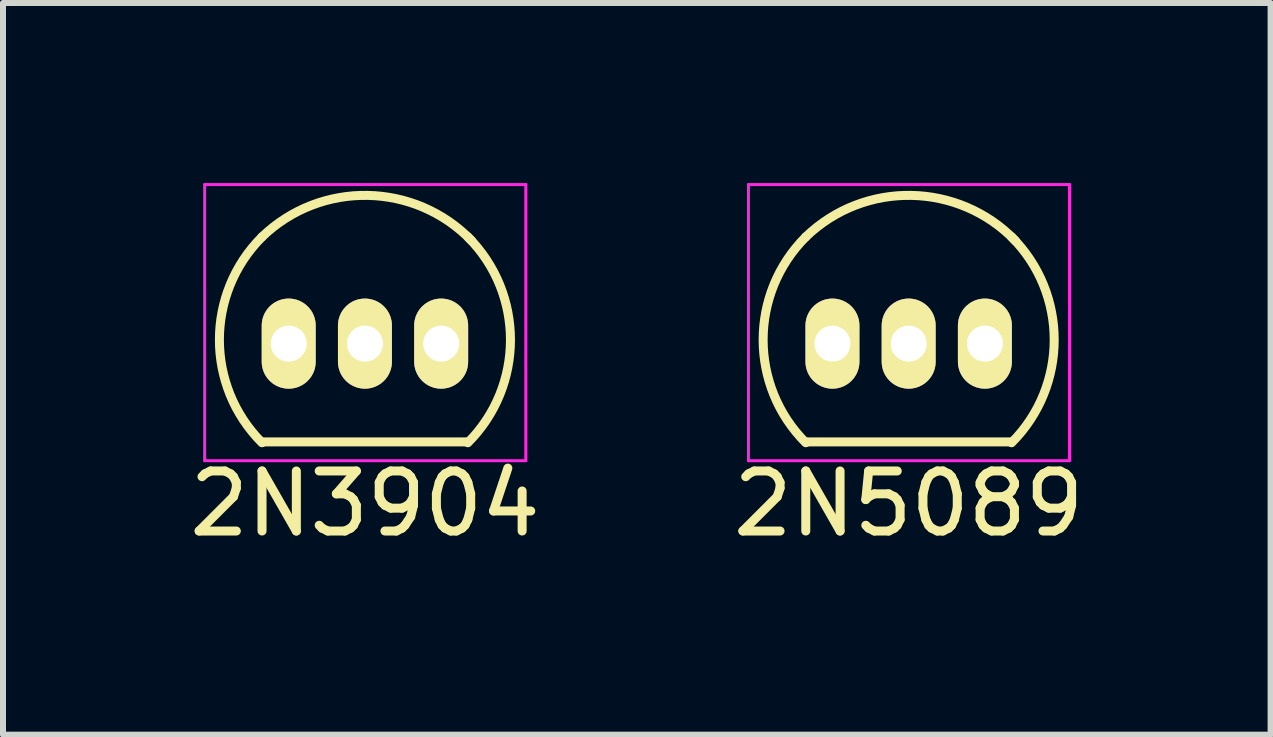
<source format=kicad_pcb>
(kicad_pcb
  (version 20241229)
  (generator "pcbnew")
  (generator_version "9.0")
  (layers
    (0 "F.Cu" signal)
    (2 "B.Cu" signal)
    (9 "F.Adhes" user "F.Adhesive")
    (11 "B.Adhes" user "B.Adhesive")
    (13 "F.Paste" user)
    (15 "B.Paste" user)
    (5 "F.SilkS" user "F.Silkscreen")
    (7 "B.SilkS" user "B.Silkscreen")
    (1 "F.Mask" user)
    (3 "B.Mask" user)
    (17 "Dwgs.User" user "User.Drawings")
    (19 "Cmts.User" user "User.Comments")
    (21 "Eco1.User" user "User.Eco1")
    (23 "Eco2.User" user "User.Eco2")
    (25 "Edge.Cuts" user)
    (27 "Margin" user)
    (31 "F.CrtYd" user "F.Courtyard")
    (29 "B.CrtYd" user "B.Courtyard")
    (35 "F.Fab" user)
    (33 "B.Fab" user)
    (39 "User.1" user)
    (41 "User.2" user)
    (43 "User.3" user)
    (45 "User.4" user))
  (footprint "2N3904"
    (layer "F.Cu")
    (at 1.76 2.675)
    (property "Reference" "2N3904" (at 1.27 2.667 0) (layer "F.SilkS") (effects (font (size 1 1) (thickness 0.15))))
    (attr through_hole)
    (fp_line (start -0.43 1.637) (end 2.97 1.637) (stroke (width 0.15) (type solid)) (layer "F.SilkS"))
    (fp_arc (start -0.4445 -1.778) (mid 1.314901 -2.46957) (end 3.048 -1.7145) (stroke (width 0.15) (type solid)) (layer "F.SilkS"))
    (fp_arc (start -0.4445 1.651) (mid -1.154669 -0.0635) (end -0.4445 -1.778) (stroke (width 0.15) (type solid)) (layer "F.SilkS"))
    (fp_arc (start 2.9845 -1.778) (mid 3.694669 -0.0635) (end 2.9845 1.651) (stroke (width 0.15) (type solid)) (layer "F.SilkS"))
    (fp_line (start -1.4 -2.65) (end 3.95 -2.65) (stroke (width 0.05) (type solid)) (layer "F.CrtYd"))
    (fp_line (start -1.4 1.95) (end -1.4 -2.65) (stroke (width 0.05) (type solid)) (layer "F.CrtYd"))
    (fp_line (start -1.4 1.95) (end 3.95 1.95) (stroke (width 0.05) (type solid)) (layer "F.CrtYd"))
    (fp_line (start 3.95 1.95) (end 3.95 -2.65) (stroke (width 0.05) (type solid)) (layer "F.CrtYd"))
    (pad "1" thru_hole oval (at 0 0 180) (size 0.899 1.501) (drill 0.6) (layers "*.Cu" "*.Mask" "F.SilkS"))
    (pad "2" thru_hole oval (at 1.27 0 180) (size 0.899 1.501) (drill 0.6) (layers "*.Cu" "*.Mask" "F.SilkS"))
    (pad "3" thru_hole oval (at 2.54 0 180) (size 0.899 1.501) (drill 0.6) (layers "*.Cu" "*.Mask" "F.SilkS")))
  (footprint "2N5089"
    (layer "F.Cu")
    (at 10.819 2.675)
    (property "Reference" "2N5089" (at 1.27 2.667 0) (layer "F.SilkS") (effects (font (size 1 1) (thickness 0.15))))
    (attr through_hole)
    (fp_line (start -0.43 1.637) (end 2.97 1.637) (stroke (width 0.15) (type solid)) (layer "F.SilkS"))
    (fp_arc (start -0.4445 -1.778) (mid 1.314901 -2.46957) (end 3.048 -1.7145) (stroke (width 0.15) (type solid)) (layer "F.SilkS"))
    (fp_arc (start -0.4445 1.651) (mid -1.154669 -0.0635) (end -0.4445 -1.778) (stroke (width 0.15) (type solid)) (layer "F.SilkS"))
    (fp_arc (start 2.9845 -1.778) (mid 3.694669 -0.0635) (end 2.9845 1.651) (stroke (width 0.15) (type solid)) (layer "F.SilkS"))
    (fp_line (start -1.4 -2.65) (end 3.95 -2.65) (stroke (width 0.05) (type solid)) (layer "F.CrtYd"))
    (fp_line (start -1.4 1.95) (end -1.4 -2.65) (stroke (width 0.05) (type solid)) (layer "F.CrtYd"))
    (fp_line (start -1.4 1.95) (end 3.95 1.95) (stroke (width 0.05) (type solid)) (layer "F.CrtYd"))
    (fp_line (start 3.95 1.95) (end 3.95 -2.65) (stroke (width 0.05) (type solid)) (layer "F.CrtYd"))
    (pad "1" thru_hole oval (at 0 0 180) (size 0.899 1.501) (drill 0.6) (layers "*.Cu" "*.Mask" "F.SilkS"))
    (pad "2" thru_hole oval (at 1.27 0 180) (size 0.899 1.501) (drill 0.6) (layers "*.Cu" "*.Mask" "F.SilkS"))
    (pad "3" thru_hole oval (at 2.54 0 180) (size 0.899 1.501) (drill 0.6) (layers "*.Cu" "*.Mask" "F.SilkS")))
  (gr_rect
    (start -3 -3)
    (end 18.119 9.19)
    (stroke (width 0.1) (type default))
    (fill no)
    (layer "Edge.Cuts")))
</source>
